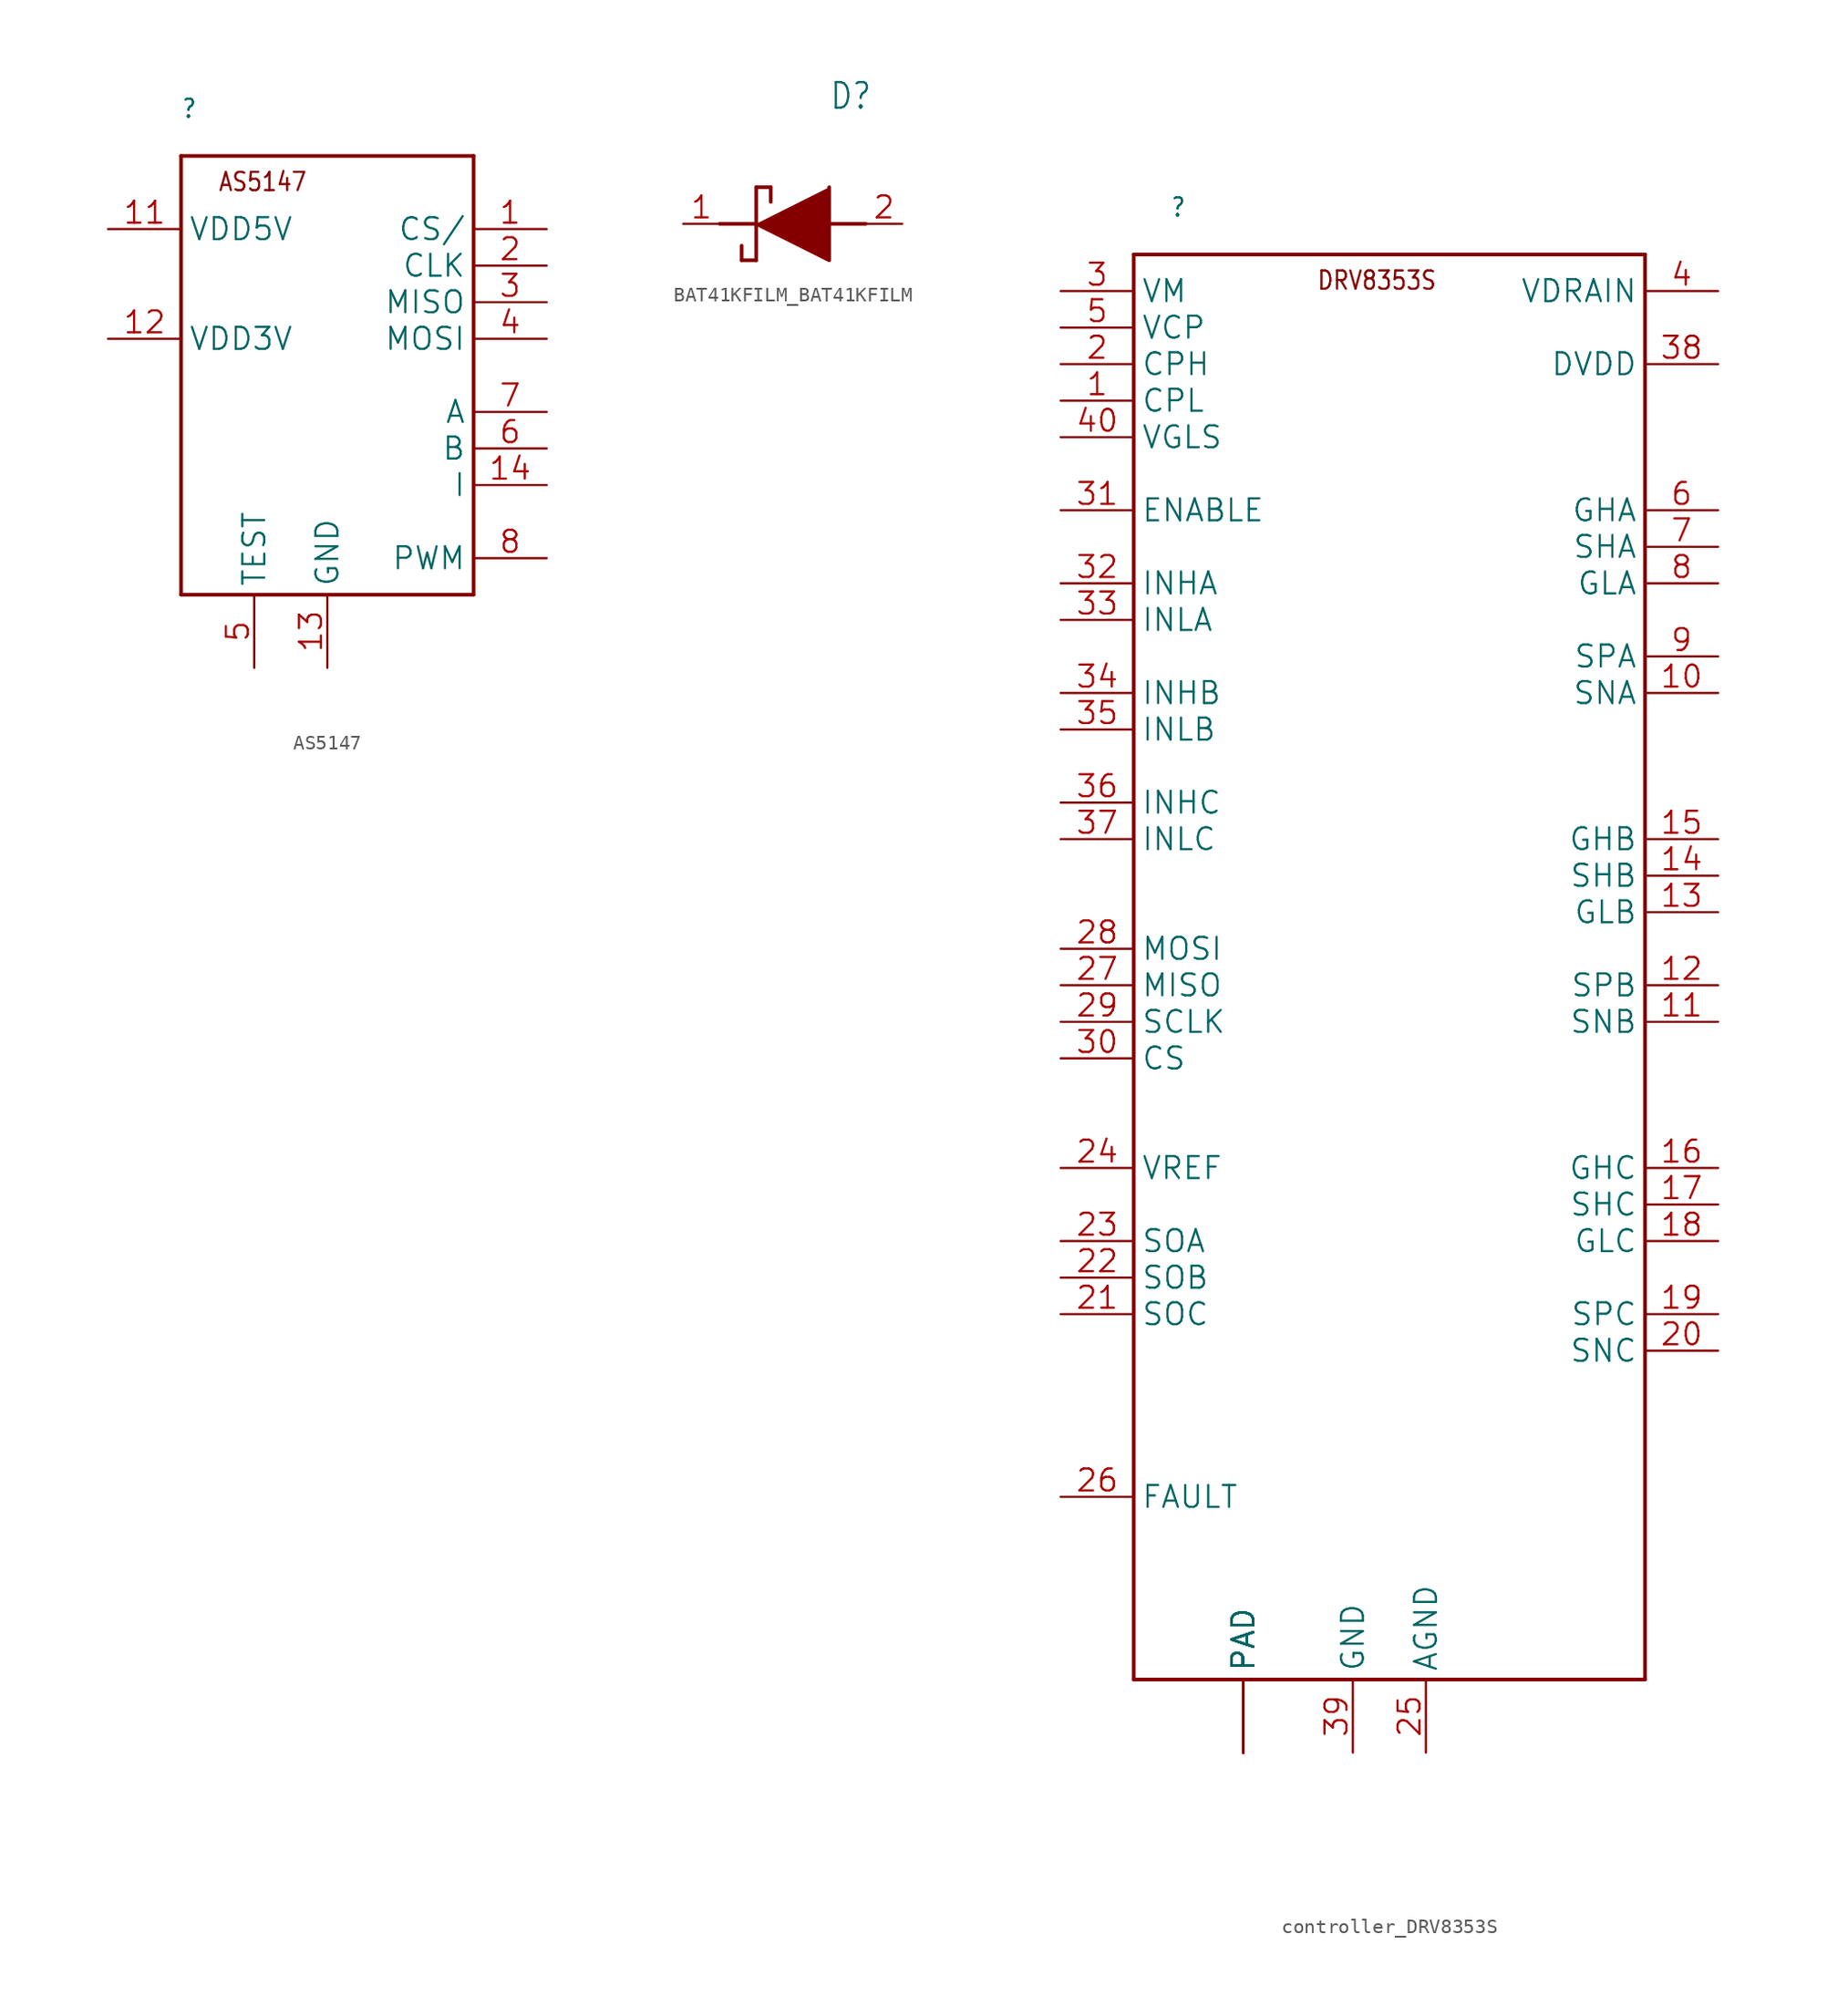
<source format=kicad_sym>
(kicad_symbol_lib
  (version 20241209)
  (generator "kicad_symbol_editor")
  (generator_version "9.0")
  (symbol "AS5147"
    (property "Reference" ""
      (at -10.16 17.78 0)
      (effects (font (size 1.27 1.079)) (justify left bottom)))
    (property "ki_locked" ""
      (at 0 0 0)
      (effects (font (size 1.27 1.27))))
    (symbol "AS5147_1_0"
      (polyline (pts (xy -10.16 15.24) (xy 10.16 15.24)) (stroke (width 0.254) (type solid)) (fill (type none)))
      (polyline (pts (xy -10.16 -15.24) (xy -10.16 15.24)) (stroke (width 0.254) (type solid)) (fill (type none)))
      (polyline (pts (xy 10.16 15.24) (xy 10.16 -15.24)) (stroke (width 0.254) (type solid)) (fill (type none)))
      (polyline (pts (xy 10.16 -15.24) (xy -10.16 -15.24)) (stroke (width 0.254) (type solid)) (fill (type none)))
      (text "AS5147" (at -7.62 12.7 0) (effects (font (size 1.27 1.079)) (justify left bottom)))
      (pin bidirectional line (at -15.24 10.16 0) (length 5.08) (name "VDD5V" (effects (font (size 1.524 1.524)))) (number "11" (effects (font (size 1.524 1.524)))))
      (pin bidirectional line (at -15.24 2.54 0) (length 5.08) (name "VDD3V" (effects (font (size 1.524 1.524)))) (number "12" (effects (font (size 1.524 1.524)))))
      (pin bidirectional line (at -5.08 -20.32 90) (length 5.08) (name "TEST" (effects (font (size 1.524 1.524)))) (number "5" (effects (font (size 1.524 1.524)))))
      (pin bidirectional line (at 0 -20.32 90) (length 5.08) (name "GND" (effects (font (size 1.524 1.524)))) (number "13" (effects (font (size 1.524 1.524)))))
      (pin bidirectional line (at 15.24 10.16 180) (length 5.08) (name "CS/" (effects (font (size 1.524 1.524)))) (number "1" (effects (font (size 1.524 1.524)))))
      (pin bidirectional line (at 15.24 7.62 180) (length 5.08) (name "CLK" (effects (font (size 1.524 1.524)))) (number "2" (effects (font (size 1.524 1.524)))))
      (pin bidirectional line (at 15.24 5.08 180) (length 5.08) (name "MISO" (effects (font (size 1.524 1.524)))) (number "3" (effects (font (size 1.524 1.524)))))
      (pin bidirectional line (at 15.24 2.54 180) (length 5.08) (name "MOSI" (effects (font (size 1.524 1.524)))) (number "4" (effects (font (size 1.524 1.524)))))
      (pin bidirectional line (at 15.24 -2.54 180) (length 5.08) (name "A" (effects (font (size 1.524 1.524)))) (number "7" (effects (font (size 1.524 1.524)))))
      (pin bidirectional line (at 15.24 -5.08 180) (length 5.08) (name "B" (effects (font (size 1.524 1.524)))) (number "6" (effects (font (size 1.524 1.524)))))
      (pin bidirectional line (at 15.24 -7.62 180) (length 5.08) (name "I" (effects (font (size 1.524 1.524)))) (number "14" (effects (font (size 1.524 1.524)))))
      (pin bidirectional line (at 15.24 -12.7 180) (length 5.08) (name "PWM" (effects (font (size 1.524 1.524)))) (number "8" (effects (font (size 1.524 1.524)))))))
  (symbol "BAT41KFILM_BAT41KFILM"
    (property "Reference" "D"
      (at 12.7 8.89 0)
      (effects (font (size 1.778 1.511)) (justify left)))
    (property "Value" ""
      (at 12.7 6.35 0)
      (effects (font (size 1.778 1.511)) (justify left)))
    (property "ki_locked" ""
      (at 0 0 0)
      (effects (font (size 1.27 1.27))))
    (symbol "BAT41KFILM_BAT41KFILM_1_0"
      (polyline (pts (xy 5.08 0) (xy 7.62 0)) (stroke (width 0.254) (type solid)) (fill (type none)))
      (polyline (pts (xy 6.604 -1.524) (xy 6.604 -2.54)) (stroke (width 0.254) (type solid)) (fill (type none)))
      (polyline (pts (xy 7.62 2.54) (xy 7.62 -2.54)) (stroke (width 0.254) (type solid)) (fill (type none)))
      (polyline (pts (xy 7.62 2.54) (xy 8.636 2.54)) (stroke (width 0.254) (type solid)) (fill (type none)))
      (polyline (pts (xy 7.62 0) (xy 12.7 -2.54) (xy 12.7 2.54)) (stroke (width 0.254) (type solid)) (fill (type outline)))
      (polyline (pts (xy 7.62 -2.54) (xy 6.604 -2.54)) (stroke (width 0.254) (type solid)) (fill (type none)))
      (polyline (pts (xy 8.636 1.524) (xy 8.636 2.54)) (stroke (width 0.254) (type solid)) (fill (type none)))
      (polyline (pts (xy 12.7 0) (xy 15.24 0)) (stroke (width 0.254) (type solid)) (fill (type none)))
      (pin bidirectional line (at 2.54 0 0) (length 2.54) (name "K" (effects (font (size 0 0)))) (number "1" (effects (font (size 1.524 1.524)))))
      (pin bidirectional line (at 17.78 0 180) (length 2.54) (name "A" (effects (font (size 0 0)))) (number "2" (effects (font (size 1.524 1.524)))))))
  (symbol "controller_DRV8353S"
    (property "Reference" ""
      (at -15.24 53.34 0)
      (effects (font (size 1.27 1.079)) (justify left bottom)))
    (property "ki_locked" ""
      (at 0 0 0)
      (effects (font (size 1.27 1.27))))
    (symbol "controller_DRV8353S_1_0"
      (polyline (pts (xy -17.78 50.8) (xy -17.78 -48.26)) (stroke (width 0.254) (type solid)) (fill (type none)))
      (polyline (pts (xy -17.78 -48.26) (xy 17.78 -48.26)) (stroke (width 0.254) (type solid)) (fill (type none)))
      (polyline (pts (xy 17.78 50.8) (xy -17.78 50.8)) (stroke (width 0.254) (type solid)) (fill (type none)))
      (polyline (pts (xy 17.78 -48.26) (xy 17.78 50.8)) (stroke (width 0.254) (type solid)) (fill (type none)))
      (text "DRV8353S" (at -5.08 48.26 0) (effects (font (size 1.27 1.079)) (justify left bottom)))
      (pin bidirectional line (at -22.86 48.26 0) (length 5.08) (name "VM" (effects (font (size 1.524 1.524)))) (number "3" (effects (font (size 1.524 1.524)))))
      (pin bidirectional line (at -22.86 45.72 0) (length 5.08) (name "VCP" (effects (font (size 1.524 1.524)))) (number "5" (effects (font (size 1.524 1.524)))))
      (pin bidirectional line (at -22.86 43.18 0) (length 5.08) (name "CPH" (effects (font (size 1.524 1.524)))) (number "2" (effects (font (size 1.524 1.524)))))
      (pin bidirectional line (at -22.86 40.64 0) (length 5.08) (name "CPL" (effects (font (size 1.524 1.524)))) (number "1" (effects (font (size 1.524 1.524)))))
      (pin bidirectional line (at -22.86 38.1 0) (length 5.08) (name "VGLS" (effects (font (size 1.524 1.524)))) (number "40" (effects (font (size 1.524 1.524)))))
      (pin bidirectional line (at -22.86 33.02 0) (length 5.08) (name "ENABLE" (effects (font (size 1.524 1.524)))) (number "31" (effects (font (size 1.524 1.524)))))
      (pin bidirectional line (at -22.86 27.94 0) (length 5.08) (name "INHA" (effects (font (size 1.524 1.524)))) (number "32" (effects (font (size 1.524 1.524)))))
      (pin bidirectional line (at -22.86 25.4 0) (length 5.08) (name "INLA" (effects (font (size 1.524 1.524)))) (number "33" (effects (font (size 1.524 1.524)))))
      (pin bidirectional line (at -22.86 20.32 0) (length 5.08) (name "INHB" (effects (font (size 1.524 1.524)))) (number "34" (effects (font (size 1.524 1.524)))))
      (pin bidirectional line (at -22.86 17.78 0) (length 5.08) (name "INLB" (effects (font (size 1.524 1.524)))) (number "35" (effects (font (size 1.524 1.524)))))
      (pin bidirectional line (at -22.86 12.7 0) (length 5.08) (name "INHC" (effects (font (size 1.524 1.524)))) (number "36" (effects (font (size 1.524 1.524)))))
      (pin bidirectional line (at -22.86 10.16 0) (length 5.08) (name "INLC" (effects (font (size 1.524 1.524)))) (number "37" (effects (font (size 1.524 1.524)))))
      (pin bidirectional line (at -22.86 2.54 0) (length 5.08) (name "MOSI" (effects (font (size 1.524 1.524)))) (number "28" (effects (font (size 1.524 1.524)))))
      (pin bidirectional line (at -22.86 0 0) (length 5.08) (name "MISO" (effects (font (size 1.524 1.524)))) (number "27" (effects (font (size 1.524 1.524)))))
      (pin bidirectional line (at -22.86 -2.54 0) (length 5.08) (name "SCLK" (effects (font (size 1.524 1.524)))) (number "29" (effects (font (size 1.524 1.524)))))
      (pin bidirectional line (at -22.86 -5.08 0) (length 5.08) (name "CS" (effects (font (size 1.524 1.524)))) (number "30" (effects (font (size 1.524 1.524)))))
      (pin bidirectional line (at -22.86 -12.7 0) (length 5.08) (name "VREF" (effects (font (size 1.524 1.524)))) (number "24" (effects (font (size 1.524 1.524)))))
      (pin bidirectional line (at -22.86 -17.78 0) (length 5.08) (name "SOA" (effects (font (size 1.524 1.524)))) (number "23" (effects (font (size 1.524 1.524)))))
      (pin bidirectional line (at -22.86 -20.32 0) (length 5.08) (name "SOB" (effects (font (size 1.524 1.524)))) (number "22" (effects (font (size 1.524 1.524)))))
      (pin bidirectional line (at -22.86 -22.86 0) (length 5.08) (name "SOC" (effects (font (size 1.524 1.524)))) (number "21" (effects (font (size 1.524 1.524)))))
      (pin bidirectional line (at -22.86 -35.56 0) (length 5.08) (name "FAULT" (effects (font (size 1.524 1.524)))) (number "26" (effects (font (size 1.524 1.524)))))
      (pin bidirectional line (at -10.16 -53.34 90) (length 5.08) (name "PAD" (effects (font (size 1.524 1.524)))) (number "P1" (effects (font (size 0 0)))))
      (pin bidirectional line (at -10.16 -53.34 90) (length 5.08) (name "PAD" (effects (font (size 1.524 1.524)))) (number "P12" (effects (font (size 0 0)))))
      (pin bidirectional line (at -10.16 -53.34 90) (length 5.08) (name "PAD" (effects (font (size 1.524 1.524)))) (number "P13" (effects (font (size 0 0)))))
      (pin bidirectional line (at -10.16 -53.34 90) (length 5.08) (name "PAD" (effects (font (size 1.524 1.524)))) (number "P14" (effects (font (size 0 0)))))
      (pin bidirectional line (at -10.16 -53.34 90) (length 5.08) (name "PAD" (effects (font (size 1.524 1.524)))) (number "P17" (effects (font (size 0 0)))))
      (pin bidirectional line (at -10.16 -53.34 90) (length 5.08) (name "PAD" (effects (font (size 1.524 1.524)))) (number "P18" (effects (font (size 0 0)))))
      (pin bidirectional line (at -10.16 -53.34 90) (length 5.08) (name "PAD" (effects (font (size 1.524 1.524)))) (number "P19" (effects (font (size 0 0)))))
      (pin bidirectional line (at -10.16 -53.34 90) (length 5.08) (name "PAD" (effects (font (size 1.524 1.524)))) (number "P2" (effects (font (size 0 0)))))
      (pin bidirectional line (at -10.16 -53.34 90) (length 5.08) (name "PAD" (effects (font (size 1.524 1.524)))) (number "P3" (effects (font (size 0 0)))))
      (pin bidirectional line (at -10.16 -53.34 90) (length 5.08) (name "PAD" (effects (font (size 1.524 1.524)))) (number "P7" (effects (font (size 0 0)))))
      (pin bidirectional line (at -10.16 -53.34 90) (length 5.08) (name "PAD" (effects (font (size 1.524 1.524)))) (number "P8" (effects (font (size 0 0)))))
      (pin bidirectional line (at -10.16 -53.34 90) (length 5.08) (name "PAD" (effects (font (size 1.524 1.524)))) (number "P9" (effects (font (size 0 0)))))
      (pin bidirectional line (at -10.16 -53.34 90) (length 5.08) (name "PAD" (effects (font (size 1.524 1.524)))) (number "PAD" (effects (font (size 0 0)))))
      (pin bidirectional line (at -2.54 -53.34 90) (length 5.08) (name "GND" (effects (font (size 1.524 1.524)))) (number "39" (effects (font (size 1.524 1.524)))))
      (pin bidirectional line (at 2.54 -53.34 90) (length 5.08) (name "AGND" (effects (font (size 1.524 1.524)))) (number "25" (effects (font (size 1.524 1.524)))))
      (pin bidirectional line (at 22.86 48.26 180) (length 5.08) (name "VDRAIN" (effects (font (size 1.524 1.524)))) (number "4" (effects (font (size 1.524 1.524)))))
      (pin bidirectional line (at 22.86 43.18 180) (length 5.08) (name "DVDD" (effects (font (size 1.524 1.524)))) (number "38" (effects (font (size 1.524 1.524)))))
      (pin bidirectional line (at 22.86 33.02 180) (length 5.08) (name "GHA" (effects (font (size 1.524 1.524)))) (number "6" (effects (font (size 1.524 1.524)))))
      (pin bidirectional line (at 22.86 30.48 180) (length 5.08) (name "SHA" (effects (font (size 1.524 1.524)))) (number "7" (effects (font (size 1.524 1.524)))))
      (pin bidirectional line (at 22.86 27.94 180) (length 5.08) (name "GLA" (effects (font (size 1.524 1.524)))) (number "8" (effects (font (size 1.524 1.524)))))
      (pin bidirectional line (at 22.86 22.86 180) (length 5.08) (name "SPA" (effects (font (size 1.524 1.524)))) (number "9" (effects (font (size 1.524 1.524)))))
      (pin bidirectional line (at 22.86 20.32 180) (length 5.08) (name "SNA" (effects (font (size 1.524 1.524)))) (number "10" (effects (font (size 1.524 1.524)))))
      (pin bidirectional line (at 22.86 10.16 180) (length 5.08) (name "GHB" (effects (font (size 1.524 1.524)))) (number "15" (effects (font (size 1.524 1.524)))))
      (pin bidirectional line (at 22.86 7.62 180) (length 5.08) (name "SHB" (effects (font (size 1.524 1.524)))) (number "14" (effects (font (size 1.524 1.524)))))
      (pin bidirectional line (at 22.86 5.08 180) (length 5.08) (name "GLB" (effects (font (size 1.524 1.524)))) (number "13" (effects (font (size 1.524 1.524)))))
      (pin bidirectional line (at 22.86 0 180) (length 5.08) (name "SPB" (effects (font (size 1.524 1.524)))) (number "12" (effects (font (size 1.524 1.524)))))
      (pin bidirectional line (at 22.86 -2.54 180) (length 5.08) (name "SNB" (effects (font (size 1.524 1.524)))) (number "11" (effects (font (size 1.524 1.524)))))
      (pin bidirectional line (at 22.86 -12.7 180) (length 5.08) (name "GHC" (effects (font (size 1.524 1.524)))) (number "16" (effects (font (size 1.524 1.524)))))
      (pin bidirectional line (at 22.86 -15.24 180) (length 5.08) (name "SHC" (effects (font (size 1.524 1.524)))) (number "17" (effects (font (size 1.524 1.524)))))
      (pin bidirectional line (at 22.86 -17.78 180) (length 5.08) (name "GLC" (effects (font (size 1.524 1.524)))) (number "18" (effects (font (size 1.524 1.524)))))
      (pin bidirectional line (at 22.86 -22.86 180) (length 5.08) (name "SPC" (effects (font (size 1.524 1.524)))) (number "19" (effects (font (size 1.524 1.524)))))
      (pin bidirectional line (at 22.86 -25.4 180) (length 5.08) (name "SNC" (effects (font (size 1.524 1.524)))) (number "20" (effects (font (size 1.524 1.524))))))))
</source>
